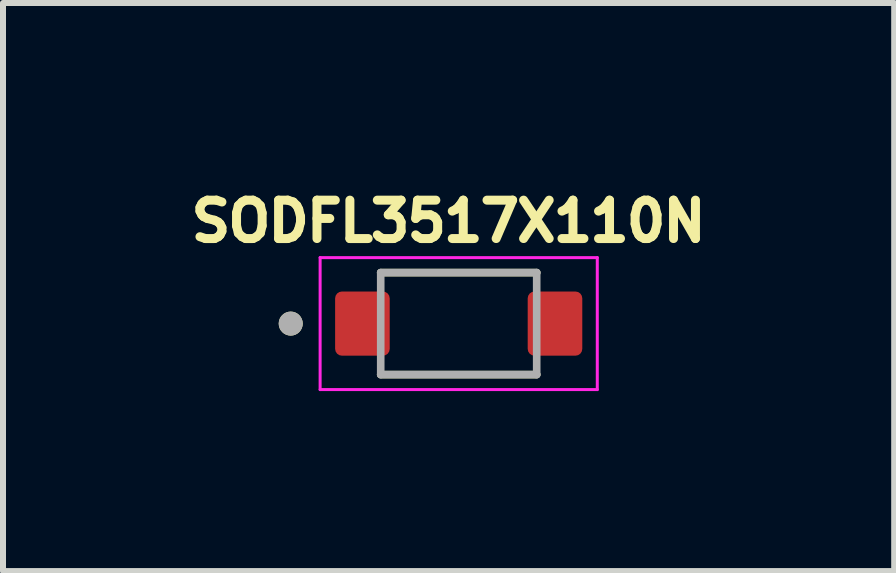
<source format=kicad_pcb>
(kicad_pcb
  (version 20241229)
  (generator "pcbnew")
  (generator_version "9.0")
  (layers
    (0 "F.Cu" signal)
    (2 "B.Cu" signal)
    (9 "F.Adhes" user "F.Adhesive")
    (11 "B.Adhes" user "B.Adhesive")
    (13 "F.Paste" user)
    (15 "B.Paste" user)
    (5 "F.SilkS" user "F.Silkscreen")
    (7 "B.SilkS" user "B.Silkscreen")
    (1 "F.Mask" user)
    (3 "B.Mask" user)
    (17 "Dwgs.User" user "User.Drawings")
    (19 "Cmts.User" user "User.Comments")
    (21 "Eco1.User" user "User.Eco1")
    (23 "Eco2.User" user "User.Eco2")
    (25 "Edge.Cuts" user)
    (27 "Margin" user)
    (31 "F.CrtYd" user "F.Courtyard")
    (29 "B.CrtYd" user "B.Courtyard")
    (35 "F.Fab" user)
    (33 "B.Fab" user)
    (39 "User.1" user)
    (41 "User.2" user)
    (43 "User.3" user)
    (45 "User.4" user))
  (footprint "SODFL3517X110N"
    (layer "F.Cu")
    (at 4.596 2.344)
    (property "Reference" "SODFL3517X110N" (at -0.168 -1.706 0) (layer "F.SilkS") (effects (font (size 0.64 0.64) (thickness 0.15))))
    (attr smd)
    (fp_line (start -1.3 -0.85) (end 1.3 -0.85) (stroke (width 0.127) (type solid)) (layer "F.SilkS"))
    (fp_line (start -1.3 0.85) (end 1.3 0.85) (stroke (width 0.127) (type solid)) (layer "F.SilkS"))
    (fp_circle (center -2.8 0) (end -2.7 0) (stroke (width 0.2) (type solid)) (fill no) (layer "F.SilkS"))
    (fp_line (start -2.31 -1.1) (end -2.31 1.1) (stroke (width 0.05) (type solid)) (layer "F.CrtYd"))
    (fp_line (start -2.31 1.1) (end 2.31 1.1) (stroke (width 0.05) (type solid)) (layer "F.CrtYd"))
    (fp_line (start 2.31 -1.1) (end -2.31 -1.1) (stroke (width 0.05) (type solid)) (layer "F.CrtYd"))
    (fp_line (start 2.31 1.1) (end 2.31 -1.1) (stroke (width 0.05) (type solid)) (layer "F.CrtYd"))
    (fp_line (start -1.3 -0.85) (end 1.3 -0.85) (stroke (width 0.127) (type solid)) (layer "F.Fab"))
    (fp_line (start -1.3 0.85) (end -1.3 -0.85) (stroke (width 0.127) (type solid)) (layer "F.Fab"))
    (fp_line (start 1.3 -0.85) (end 1.3 0.85) (stroke (width 0.127) (type solid)) (layer "F.Fab"))
    (fp_line (start 1.3 0.85) (end -1.3 0.85) (stroke (width 0.127) (type solid)) (layer "F.Fab"))
    (fp_circle (center -2.8 0) (end -2.7 0) (stroke (width 0.2) (type solid)) (fill no) (layer "F.Fab"))
    (pad "A" smd roundrect (at 1.605 0) (size 0.91 1.07) (layers "F.Cu" "F.Mask" "F.Paste") (roundrect_rratio 0.125))
    (pad "C" smd roundrect (at -1.605 0) (size 0.91 1.07) (layers "F.Cu" "F.Mask" "F.Paste") (roundrect_rratio 0.125)))
  (gr_rect
    (start -3 -3)
    (end 11.855 6.469)
    (stroke (width 0.1) (type default))
    (fill no)
    (layer "Edge.Cuts")))
</source>
